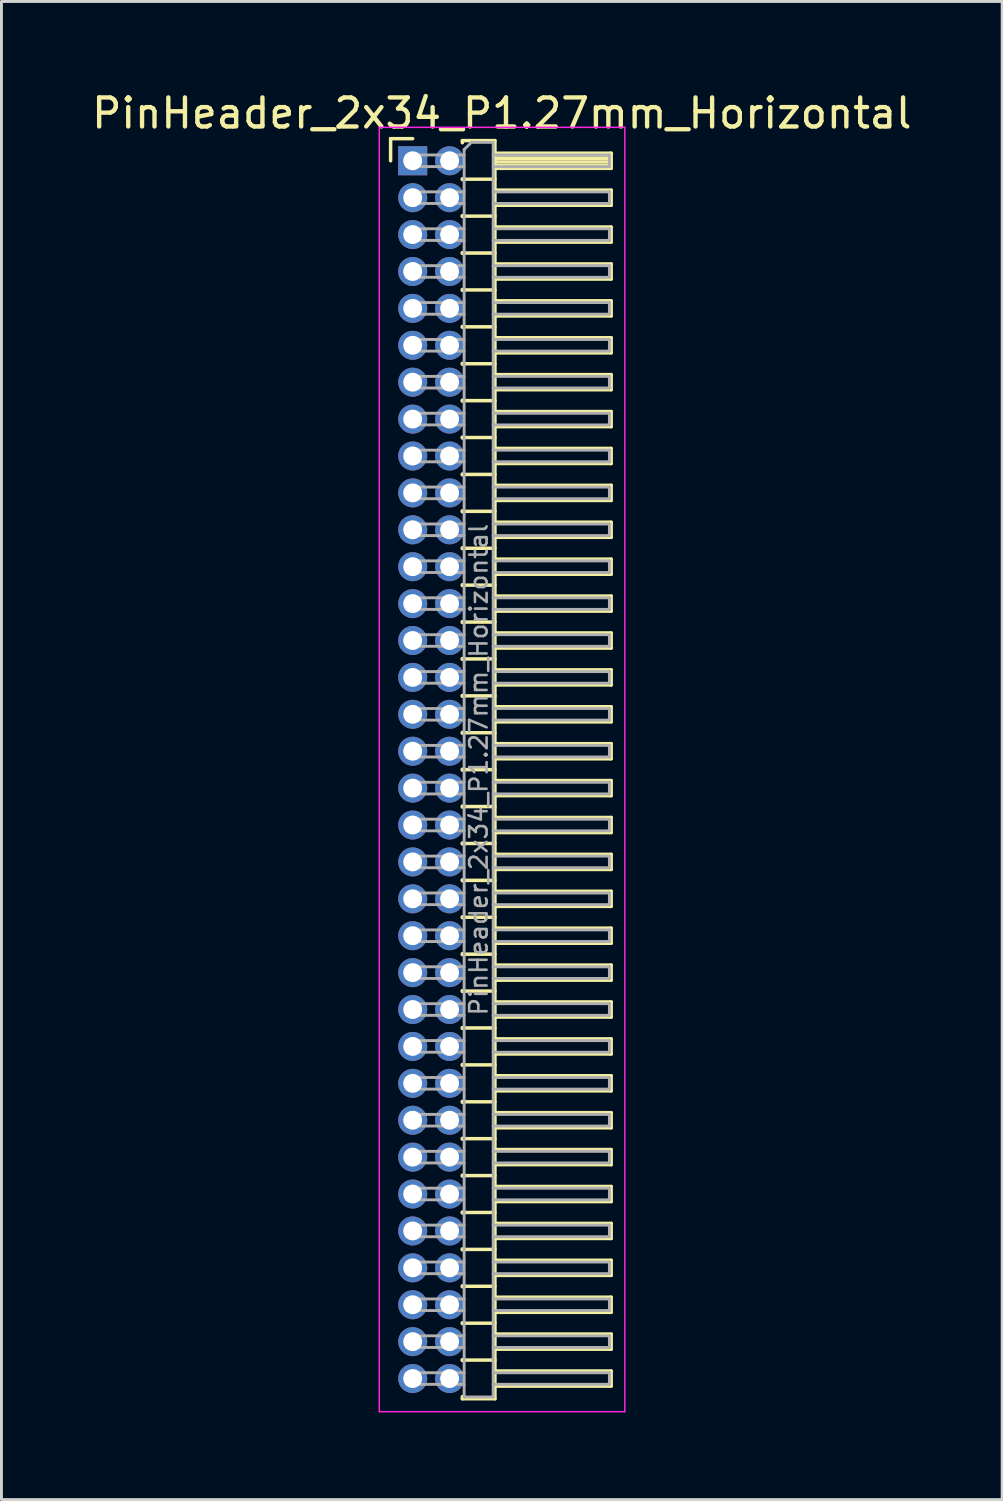
<source format=kicad_pcb>
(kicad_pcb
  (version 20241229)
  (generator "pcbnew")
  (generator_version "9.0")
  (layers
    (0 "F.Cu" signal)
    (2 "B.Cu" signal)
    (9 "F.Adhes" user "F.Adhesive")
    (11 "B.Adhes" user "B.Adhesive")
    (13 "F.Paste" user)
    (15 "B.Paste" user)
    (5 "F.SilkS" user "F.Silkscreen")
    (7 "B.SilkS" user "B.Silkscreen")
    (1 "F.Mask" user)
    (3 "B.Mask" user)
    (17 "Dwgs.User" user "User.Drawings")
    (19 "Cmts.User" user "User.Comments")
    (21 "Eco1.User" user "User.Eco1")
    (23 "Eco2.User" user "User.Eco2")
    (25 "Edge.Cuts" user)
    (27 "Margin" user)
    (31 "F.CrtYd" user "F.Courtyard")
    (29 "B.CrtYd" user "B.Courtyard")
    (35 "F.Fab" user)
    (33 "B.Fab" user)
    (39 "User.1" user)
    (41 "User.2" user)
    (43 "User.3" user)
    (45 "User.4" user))
  (footprint "PinHeader_2x34_P1.27mm_Horizontal"
    (layer "F.Cu")
    (at 11.153 2.483)
    (property "Reference" "PinHeader_2x34_P1.27mm_Horizontal" (at 3.067 -1.635 0) (layer "F.SilkS") (effects (font (size 1 1) (thickness 0.15))))
    (attr through_hole)
    (fp_line (start -0.76 -0.76) (end 0 -0.76) (stroke (width 0.12) (type solid)) (layer "F.SilkS"))
    (fp_line (start -0.76 0) (end -0.76 -0.76) (stroke (width 0.12) (type solid)) (layer "F.SilkS"))
    (fp_line (start 1.71 -0.695) (end 2.83 -0.695) (stroke (width 0.12) (type solid)) (layer "F.SilkS"))
    (fp_line (start 1.71 -0.62) (end 1.71 -0.695) (stroke (width 0.12) (type solid)) (layer "F.SilkS"))
    (fp_line (start 1.71 0.62) (end 1.71 0.65) (stroke (width 0.12) (type solid)) (layer "F.SilkS"))
    (fp_line (start 1.71 0.635) (end 2.83 0.635) (stroke (width 0.12) (type solid)) (layer "F.SilkS"))
    (fp_line (start 1.71 1.89) (end 1.71 1.92) (stroke (width 0.12) (type solid)) (layer "F.SilkS"))
    (fp_line (start 1.71 1.905) (end 2.83 1.905) (stroke (width 0.12) (type solid)) (layer "F.SilkS"))
    (fp_line (start 1.71 3.16) (end 1.71 3.19) (stroke (width 0.12) (type solid)) (layer "F.SilkS"))
    (fp_line (start 1.71 3.175) (end 2.83 3.175) (stroke (width 0.12) (type solid)) (layer "F.SilkS"))
    (fp_line (start 1.71 4.43) (end 1.71 4.46) (stroke (width 0.12) (type solid)) (layer "F.SilkS"))
    (fp_line (start 1.71 4.445) (end 2.83 4.445) (stroke (width 0.12) (type solid)) (layer "F.SilkS"))
    (fp_line (start 1.71 5.7) (end 1.71 5.73) (stroke (width 0.12) (type solid)) (layer "F.SilkS"))
    (fp_line (start 1.71 5.715) (end 2.83 5.715) (stroke (width 0.12) (type solid)) (layer "F.SilkS"))
    (fp_line (start 1.71 6.97) (end 1.71 7) (stroke (width 0.12) (type solid)) (layer "F.SilkS"))
    (fp_line (start 1.71 6.985) (end 2.83 6.985) (stroke (width 0.12) (type solid)) (layer "F.SilkS"))
    (fp_line (start 1.71 8.24) (end 1.71 8.27) (stroke (width 0.12) (type solid)) (layer "F.SilkS"))
    (fp_line (start 1.71 8.255) (end 2.83 8.255) (stroke (width 0.12) (type solid)) (layer "F.SilkS"))
    (fp_line (start 1.71 9.51) (end 1.71 9.54) (stroke (width 0.12) (type solid)) (layer "F.SilkS"))
    (fp_line (start 1.71 9.525) (end 2.83 9.525) (stroke (width 0.12) (type solid)) (layer "F.SilkS"))
    (fp_line (start 1.71 10.78) (end 1.71 10.81) (stroke (width 0.12) (type solid)) (layer "F.SilkS"))
    (fp_line (start 1.71 10.795) (end 2.83 10.795) (stroke (width 0.12) (type solid)) (layer "F.SilkS"))
    (fp_line (start 1.71 12.05) (end 1.71 12.08) (stroke (width 0.12) (type solid)) (layer "F.SilkS"))
    (fp_line (start 1.71 12.065) (end 2.83 12.065) (stroke (width 0.12) (type solid)) (layer "F.SilkS"))
    (fp_line (start 1.71 13.32) (end 1.71 13.35) (stroke (width 0.12) (type solid)) (layer "F.SilkS"))
    (fp_line (start 1.71 13.335) (end 2.83 13.335) (stroke (width 0.12) (type solid)) (layer "F.SilkS"))
    (fp_line (start 1.71 14.59) (end 1.71 14.62) (stroke (width 0.12) (type solid)) (layer "F.SilkS"))
    (fp_line (start 1.71 14.605) (end 2.83 14.605) (stroke (width 0.12) (type solid)) (layer "F.SilkS"))
    (fp_line (start 1.71 15.86) (end 1.71 15.89) (stroke (width 0.12) (type solid)) (layer "F.SilkS"))
    (fp_line (start 1.71 15.875) (end 2.83 15.875) (stroke (width 0.12) (type solid)) (layer "F.SilkS"))
    (fp_line (start 1.71 17.13) (end 1.71 17.16) (stroke (width 0.12) (type solid)) (layer "F.SilkS"))
    (fp_line (start 1.71 17.145) (end 2.83 17.145) (stroke (width 0.12) (type solid)) (layer "F.SilkS"))
    (fp_line (start 1.71 18.4) (end 1.71 18.43) (stroke (width 0.12) (type solid)) (layer "F.SilkS"))
    (fp_line (start 1.71 18.415) (end 2.83 18.415) (stroke (width 0.12) (type solid)) (layer "F.SilkS"))
    (fp_line (start 1.71 19.67) (end 1.71 19.7) (stroke (width 0.12) (type solid)) (layer "F.SilkS"))
    (fp_line (start 1.71 19.685) (end 2.83 19.685) (stroke (width 0.12) (type solid)) (layer "F.SilkS"))
    (fp_line (start 1.71 20.94) (end 1.71 20.97) (stroke (width 0.12) (type solid)) (layer "F.SilkS"))
    (fp_line (start 1.71 20.955) (end 2.83 20.955) (stroke (width 0.12) (type solid)) (layer "F.SilkS"))
    (fp_line (start 1.71 22.21) (end 1.71 22.24) (stroke (width 0.12) (type solid)) (layer "F.SilkS"))
    (fp_line (start 1.71 22.225) (end 2.83 22.225) (stroke (width 0.12) (type solid)) (layer "F.SilkS"))
    (fp_line (start 1.71 23.48) (end 1.71 23.51) (stroke (width 0.12) (type solid)) (layer "F.SilkS"))
    (fp_line (start 1.71 23.495) (end 2.83 23.495) (stroke (width 0.12) (type solid)) (layer "F.SilkS"))
    (fp_line (start 1.71 24.75) (end 1.71 24.78) (stroke (width 0.12) (type solid)) (layer "F.SilkS"))
    (fp_line (start 1.71 24.765) (end 2.83 24.765) (stroke (width 0.12) (type solid)) (layer "F.SilkS"))
    (fp_line (start 1.71 26.02) (end 1.71 26.05) (stroke (width 0.12) (type solid)) (layer "F.SilkS"))
    (fp_line (start 1.71 26.035) (end 2.83 26.035) (stroke (width 0.12) (type solid)) (layer "F.SilkS"))
    (fp_line (start 1.71 27.29) (end 1.71 27.32) (stroke (width 0.12) (type solid)) (layer "F.SilkS"))
    (fp_line (start 1.71 27.305) (end 2.83 27.305) (stroke (width 0.12) (type solid)) (layer "F.SilkS"))
    (fp_line (start 1.71 28.56) (end 1.71 28.59) (stroke (width 0.12) (type solid)) (layer "F.SilkS"))
    (fp_line (start 1.71 28.575) (end 2.83 28.575) (stroke (width 0.12) (type solid)) (layer "F.SilkS"))
    (fp_line (start 1.71 29.83) (end 1.71 29.86) (stroke (width 0.12) (type solid)) (layer "F.SilkS"))
    (fp_line (start 1.71 29.845) (end 2.83 29.845) (stroke (width 0.12) (type solid)) (layer "F.SilkS"))
    (fp_line (start 1.71 31.1) (end 1.71 31.13) (stroke (width 0.12) (type solid)) (layer "F.SilkS"))
    (fp_line (start 1.71 31.115) (end 2.83 31.115) (stroke (width 0.12) (type solid)) (layer "F.SilkS"))
    (fp_line (start 1.71 32.37) (end 1.71 32.4) (stroke (width 0.12) (type solid)) (layer "F.SilkS"))
    (fp_line (start 1.71 32.385) (end 2.83 32.385) (stroke (width 0.12) (type solid)) (layer "F.SilkS"))
    (fp_line (start 1.71 33.64) (end 1.71 33.67) (stroke (width 0.12) (type solid)) (layer "F.SilkS"))
    (fp_line (start 1.71 33.655) (end 2.83 33.655) (stroke (width 0.12) (type solid)) (layer "F.SilkS"))
    (fp_line (start 1.71 34.91) (end 1.71 34.94) (stroke (width 0.12) (type solid)) (layer "F.SilkS"))
    (fp_line (start 1.71 34.925) (end 2.83 34.925) (stroke (width 0.12) (type solid)) (layer "F.SilkS"))
    (fp_line (start 1.71 36.18) (end 1.71 36.21) (stroke (width 0.12) (type solid)) (layer "F.SilkS"))
    (fp_line (start 1.71 36.195) (end 2.83 36.195) (stroke (width 0.12) (type solid)) (layer "F.SilkS"))
    (fp_line (start 1.71 37.45) (end 1.71 37.48) (stroke (width 0.12) (type solid)) (layer "F.SilkS"))
    (fp_line (start 1.71 37.465) (end 2.83 37.465) (stroke (width 0.12) (type solid)) (layer "F.SilkS"))
    (fp_line (start 1.71 38.72) (end 1.71 38.75) (stroke (width 0.12) (type solid)) (layer "F.SilkS"))
    (fp_line (start 1.71 38.735) (end 2.83 38.735) (stroke (width 0.12) (type solid)) (layer "F.SilkS"))
    (fp_line (start 1.71 39.99) (end 1.71 40.02) (stroke (width 0.12) (type solid)) (layer "F.SilkS"))
    (fp_line (start 1.71 40.005) (end 2.83 40.005) (stroke (width 0.12) (type solid)) (layer "F.SilkS"))
    (fp_line (start 1.71 41.26) (end 1.71 41.29) (stroke (width 0.12) (type solid)) (layer "F.SilkS"))
    (fp_line (start 1.71 41.275) (end 2.83 41.275) (stroke (width 0.12) (type solid)) (layer "F.SilkS"))
    (fp_line (start 1.71 42.605) (end 1.71 42.53) (stroke (width 0.12) (type solid)) (layer "F.SilkS"))
    (fp_line (start 2.83 -0.695) (end 2.83 42.605) (stroke (width 0.12) (type solid)) (layer "F.SilkS"))
    (fp_line (start 2.83 -0.26) (end 6.83 -0.26) (stroke (width 0.12) (type solid)) (layer "F.SilkS"))
    (fp_line (start 2.83 -0.2) (end 6.83 -0.2) (stroke (width 0.12) (type solid)) (layer "F.SilkS"))
    (fp_line (start 2.83 -0.08) (end 6.83 -0.08) (stroke (width 0.12) (type solid)) (layer "F.SilkS"))
    (fp_line (start 2.83 0.04) (end 6.83 0.04) (stroke (width 0.12) (type solid)) (layer "F.SilkS"))
    (fp_line (start 2.83 0.16) (end 6.83 0.16) (stroke (width 0.12) (type solid)) (layer "F.SilkS"))
    (fp_line (start 2.83 1.01) (end 6.83 1.01) (stroke (width 0.12) (type solid)) (layer "F.SilkS"))
    (fp_line (start 2.83 2.28) (end 6.83 2.28) (stroke (width 0.12) (type solid)) (layer "F.SilkS"))
    (fp_line (start 2.83 3.55) (end 6.83 3.55) (stroke (width 0.12) (type solid)) (layer "F.SilkS"))
    (fp_line (start 2.83 4.82) (end 6.83 4.82) (stroke (width 0.12) (type solid)) (layer "F.SilkS"))
    (fp_line (start 2.83 6.09) (end 6.83 6.09) (stroke (width 0.12) (type solid)) (layer "F.SilkS"))
    (fp_line (start 2.83 7.36) (end 6.83 7.36) (stroke (width 0.12) (type solid)) (layer "F.SilkS"))
    (fp_line (start 2.83 8.63) (end 6.83 8.63) (stroke (width 0.12) (type solid)) (layer "F.SilkS"))
    (fp_line (start 2.83 9.9) (end 6.83 9.9) (stroke (width 0.12) (type solid)) (layer "F.SilkS"))
    (fp_line (start 2.83 11.17) (end 6.83 11.17) (stroke (width 0.12) (type solid)) (layer "F.SilkS"))
    (fp_line (start 2.83 12.44) (end 6.83 12.44) (stroke (width 0.12) (type solid)) (layer "F.SilkS"))
    (fp_line (start 2.83 13.71) (end 6.83 13.71) (stroke (width 0.12) (type solid)) (layer "F.SilkS"))
    (fp_line (start 2.83 14.98) (end 6.83 14.98) (stroke (width 0.12) (type solid)) (layer "F.SilkS"))
    (fp_line (start 2.83 16.25) (end 6.83 16.25) (stroke (width 0.12) (type solid)) (layer "F.SilkS"))
    (fp_line (start 2.83 17.52) (end 6.83 17.52) (stroke (width 0.12) (type solid)) (layer "F.SilkS"))
    (fp_line (start 2.83 18.79) (end 6.83 18.79) (stroke (width 0.12) (type solid)) (layer "F.SilkS"))
    (fp_line (start 2.83 20.06) (end 6.83 20.06) (stroke (width 0.12) (type solid)) (layer "F.SilkS"))
    (fp_line (start 2.83 21.33) (end 6.83 21.33) (stroke (width 0.12) (type solid)) (layer "F.SilkS"))
    (fp_line (start 2.83 22.6) (end 6.83 22.6) (stroke (width 0.12) (type solid)) (layer "F.SilkS"))
    (fp_line (start 2.83 23.87) (end 6.83 23.87) (stroke (width 0.12) (type solid)) (layer "F.SilkS"))
    (fp_line (start 2.83 25.14) (end 6.83 25.14) (stroke (width 0.12) (type solid)) (layer "F.SilkS"))
    (fp_line (start 2.83 26.41) (end 6.83 26.41) (stroke (width 0.12) (type solid)) (layer "F.SilkS"))
    (fp_line (start 2.83 27.68) (end 6.83 27.68) (stroke (width 0.12) (type solid)) (layer "F.SilkS"))
    (fp_line (start 2.83 28.95) (end 6.83 28.95) (stroke (width 0.12) (type solid)) (layer "F.SilkS"))
    (fp_line (start 2.83 30.22) (end 6.83 30.22) (stroke (width 0.12) (type solid)) (layer "F.SilkS"))
    (fp_line (start 2.83 31.49) (end 6.83 31.49) (stroke (width 0.12) (type solid)) (layer "F.SilkS"))
    (fp_line (start 2.83 32.76) (end 6.83 32.76) (stroke (width 0.12) (type solid)) (layer "F.SilkS"))
    (fp_line (start 2.83 34.03) (end 6.83 34.03) (stroke (width 0.12) (type solid)) (layer "F.SilkS"))
    (fp_line (start 2.83 35.3) (end 6.83 35.3) (stroke (width 0.12) (type solid)) (layer "F.SilkS"))
    (fp_line (start 2.83 36.57) (end 6.83 36.57) (stroke (width 0.12) (type solid)) (layer "F.SilkS"))
    (fp_line (start 2.83 37.84) (end 6.83 37.84) (stroke (width 0.12) (type solid)) (layer "F.SilkS"))
    (fp_line (start 2.83 39.11) (end 6.83 39.11) (stroke (width 0.12) (type solid)) (layer "F.SilkS"))
    (fp_line (start 2.83 40.38) (end 6.83 40.38) (stroke (width 0.12) (type solid)) (layer "F.SilkS"))
    (fp_line (start 2.83 41.65) (end 6.83 41.65) (stroke (width 0.12) (type solid)) (layer "F.SilkS"))
    (fp_line (start 2.83 42.605) (end 1.71 42.605) (stroke (width 0.12) (type solid)) (layer "F.SilkS"))
    (fp_line (start 6.83 -0.26) (end 6.83 0.26) (stroke (width 0.12) (type solid)) (layer "F.SilkS"))
    (fp_line (start 6.83 0.26) (end 2.83 0.26) (stroke (width 0.12) (type solid)) (layer "F.SilkS"))
    (fp_line (start 6.83 1.01) (end 6.83 1.53) (stroke (width 0.12) (type solid)) (layer "F.SilkS"))
    (fp_line (start 6.83 1.53) (end 2.83 1.53) (stroke (width 0.12) (type solid)) (layer "F.SilkS"))
    (fp_line (start 6.83 2.28) (end 6.83 2.8) (stroke (width 0.12) (type solid)) (layer "F.SilkS"))
    (fp_line (start 6.83 2.8) (end 2.83 2.8) (stroke (width 0.12) (type solid)) (layer "F.SilkS"))
    (fp_line (start 6.83 3.55) (end 6.83 4.07) (stroke (width 0.12) (type solid)) (layer "F.SilkS"))
    (fp_line (start 6.83 4.07) (end 2.83 4.07) (stroke (width 0.12) (type solid)) (layer "F.SilkS"))
    (fp_line (start 6.83 4.82) (end 6.83 5.34) (stroke (width 0.12) (type solid)) (layer "F.SilkS"))
    (fp_line (start 6.83 5.34) (end 2.83 5.34) (stroke (width 0.12) (type solid)) (layer "F.SilkS"))
    (fp_line (start 6.83 6.09) (end 6.83 6.61) (stroke (width 0.12) (type solid)) (layer "F.SilkS"))
    (fp_line (start 6.83 6.61) (end 2.83 6.61) (stroke (width 0.12) (type solid)) (layer "F.SilkS"))
    (fp_line (start 6.83 7.36) (end 6.83 7.88) (stroke (width 0.12) (type solid)) (layer "F.SilkS"))
    (fp_line (start 6.83 7.88) (end 2.83 7.88) (stroke (width 0.12) (type solid)) (layer "F.SilkS"))
    (fp_line (start 6.83 8.63) (end 6.83 9.15) (stroke (width 0.12) (type solid)) (layer "F.SilkS"))
    (fp_line (start 6.83 9.15) (end 2.83 9.15) (stroke (width 0.12) (type solid)) (layer "F.SilkS"))
    (fp_line (start 6.83 9.9) (end 6.83 10.42) (stroke (width 0.12) (type solid)) (layer "F.SilkS"))
    (fp_line (start 6.83 10.42) (end 2.83 10.42) (stroke (width 0.12) (type solid)) (layer "F.SilkS"))
    (fp_line (start 6.83 11.17) (end 6.83 11.69) (stroke (width 0.12) (type solid)) (layer "F.SilkS"))
    (fp_line (start 6.83 11.69) (end 2.83 11.69) (stroke (width 0.12) (type solid)) (layer "F.SilkS"))
    (fp_line (start 6.83 12.44) (end 6.83 12.96) (stroke (width 0.12) (type solid)) (layer "F.SilkS"))
    (fp_line (start 6.83 12.96) (end 2.83 12.96) (stroke (width 0.12) (type solid)) (layer "F.SilkS"))
    (fp_line (start 6.83 13.71) (end 6.83 14.23) (stroke (width 0.12) (type solid)) (layer "F.SilkS"))
    (fp_line (start 6.83 14.23) (end 2.83 14.23) (stroke (width 0.12) (type solid)) (layer "F.SilkS"))
    (fp_line (start 6.83 14.98) (end 6.83 15.5) (stroke (width 0.12) (type solid)) (layer "F.SilkS"))
    (fp_line (start 6.83 15.5) (end 2.83 15.5) (stroke (width 0.12) (type solid)) (layer "F.SilkS"))
    (fp_line (start 6.83 16.25) (end 6.83 16.77) (stroke (width 0.12) (type solid)) (layer "F.SilkS"))
    (fp_line (start 6.83 16.77) (end 2.83 16.77) (stroke (width 0.12) (type solid)) (layer "F.SilkS"))
    (fp_line (start 6.83 17.52) (end 6.83 18.04) (stroke (width 0.12) (type solid)) (layer "F.SilkS"))
    (fp_line (start 6.83 18.04) (end 2.83 18.04) (stroke (width 0.12) (type solid)) (layer "F.SilkS"))
    (fp_line (start 6.83 18.79) (end 6.83 19.31) (stroke (width 0.12) (type solid)) (layer "F.SilkS"))
    (fp_line (start 6.83 19.31) (end 2.83 19.31) (stroke (width 0.12) (type solid)) (layer "F.SilkS"))
    (fp_line (start 6.83 20.06) (end 6.83 20.58) (stroke (width 0.12) (type solid)) (layer "F.SilkS"))
    (fp_line (start 6.83 20.58) (end 2.83 20.58) (stroke (width 0.12) (type solid)) (layer "F.SilkS"))
    (fp_line (start 6.83 21.33) (end 6.83 21.85) (stroke (width 0.12) (type solid)) (layer "F.SilkS"))
    (fp_line (start 6.83 21.85) (end 2.83 21.85) (stroke (width 0.12) (type solid)) (layer "F.SilkS"))
    (fp_line (start 6.83 22.6) (end 6.83 23.12) (stroke (width 0.12) (type solid)) (layer "F.SilkS"))
    (fp_line (start 6.83 23.12) (end 2.83 23.12) (stroke (width 0.12) (type solid)) (layer "F.SilkS"))
    (fp_line (start 6.83 23.87) (end 6.83 24.39) (stroke (width 0.12) (type solid)) (layer "F.SilkS"))
    (fp_line (start 6.83 24.39) (end 2.83 24.39) (stroke (width 0.12) (type solid)) (layer "F.SilkS"))
    (fp_line (start 6.83 25.14) (end 6.83 25.66) (stroke (width 0.12) (type solid)) (layer "F.SilkS"))
    (fp_line (start 6.83 25.66) (end 2.83 25.66) (stroke (width 0.12) (type solid)) (layer "F.SilkS"))
    (fp_line (start 6.83 26.41) (end 6.83 26.93) (stroke (width 0.12) (type solid)) (layer "F.SilkS"))
    (fp_line (start 6.83 26.93) (end 2.83 26.93) (stroke (width 0.12) (type solid)) (layer "F.SilkS"))
    (fp_line (start 6.83 27.68) (end 6.83 28.2) (stroke (width 0.12) (type solid)) (layer "F.SilkS"))
    (fp_line (start 6.83 28.2) (end 2.83 28.2) (stroke (width 0.12) (type solid)) (layer "F.SilkS"))
    (fp_line (start 6.83 28.95) (end 6.83 29.47) (stroke (width 0.12) (type solid)) (layer "F.SilkS"))
    (fp_line (start 6.83 29.47) (end 2.83 29.47) (stroke (width 0.12) (type solid)) (layer "F.SilkS"))
    (fp_line (start 6.83 30.22) (end 6.83 30.74) (stroke (width 0.12) (type solid)) (layer "F.SilkS"))
    (fp_line (start 6.83 30.74) (end 2.83 30.74) (stroke (width 0.12) (type solid)) (layer "F.SilkS"))
    (fp_line (start 6.83 31.49) (end 6.83 32.01) (stroke (width 0.12) (type solid)) (layer "F.SilkS"))
    (fp_line (start 6.83 32.01) (end 2.83 32.01) (stroke (width 0.12) (type solid)) (layer "F.SilkS"))
    (fp_line (start 6.83 32.76) (end 6.83 33.28) (stroke (width 0.12) (type solid)) (layer "F.SilkS"))
    (fp_line (start 6.83 33.28) (end 2.83 33.28) (stroke (width 0.12) (type solid)) (layer "F.SilkS"))
    (fp_line (start 6.83 34.03) (end 6.83 34.55) (stroke (width 0.12) (type solid)) (layer "F.SilkS"))
    (fp_line (start 6.83 34.55) (end 2.83 34.55) (stroke (width 0.12) (type solid)) (layer "F.SilkS"))
    (fp_line (start 6.83 35.3) (end 6.83 35.82) (stroke (width 0.12) (type solid)) (layer "F.SilkS"))
    (fp_line (start 6.83 35.82) (end 2.83 35.82) (stroke (width 0.12) (type solid)) (layer "F.SilkS"))
    (fp_line (start 6.83 36.57) (end 6.83 37.09) (stroke (width 0.12) (type solid)) (layer "F.SilkS"))
    (fp_line (start 6.83 37.09) (end 2.83 37.09) (stroke (width 0.12) (type solid)) (layer "F.SilkS"))
    (fp_line (start 6.83 37.84) (end 6.83 38.36) (stroke (width 0.12) (type solid)) (layer "F.SilkS"))
    (fp_line (start 6.83 38.36) (end 2.83 38.36) (stroke (width 0.12) (type solid)) (layer "F.SilkS"))
    (fp_line (start 6.83 39.11) (end 6.83 39.63) (stroke (width 0.12) (type solid)) (layer "F.SilkS"))
    (fp_line (start 6.83 39.63) (end 2.83 39.63) (stroke (width 0.12) (type solid)) (layer "F.SilkS"))
    (fp_line (start 6.83 40.38) (end 6.83 40.9) (stroke (width 0.12) (type solid)) (layer "F.SilkS"))
    (fp_line (start 6.83 40.9) (end 2.83 40.9) (stroke (width 0.12) (type solid)) (layer "F.SilkS"))
    (fp_line (start 6.83 41.65) (end 6.83 42.17) (stroke (width 0.12) (type solid)) (layer "F.SilkS"))
    (fp_line (start 6.83 42.17) (end 2.83 42.17) (stroke (width 0.12) (type solid)) (layer "F.SilkS"))
    (fp_line (start -1.15 -1.15) (end -1.15 43.05) (stroke (width 0.05) (type solid)) (layer "F.CrtYd"))
    (fp_line (start -1.15 43.05) (end 7.3 43.05) (stroke (width 0.05) (type solid)) (layer "F.CrtYd"))
    (fp_line (start 7.3 -1.15) (end -1.15 -1.15) (stroke (width 0.05) (type solid)) (layer "F.CrtYd"))
    (fp_line (start 7.3 43.05) (end 7.3 -1.15) (stroke (width 0.05) (type solid)) (layer "F.CrtYd"))
    (fp_line (start -0.2 -0.2) (end -0.2 0.2) (stroke (width 0.1) (type solid)) (layer "F.Fab"))
    (fp_line (start -0.2 -0.2) (end 1.77 -0.2) (stroke (width 0.1) (type solid)) (layer "F.Fab"))
    (fp_line (start -0.2 0.2) (end 1.77 0.2) (stroke (width 0.1) (type solid)) (layer "F.Fab"))
    (fp_line (start -0.2 1.07) (end -0.2 1.47) (stroke (width 0.1) (type solid)) (layer "F.Fab"))
    (fp_line (start -0.2 1.07) (end 1.77 1.07) (stroke (width 0.1) (type solid)) (layer "F.Fab"))
    (fp_line (start -0.2 1.47) (end 1.77 1.47) (stroke (width 0.1) (type solid)) (layer "F.Fab"))
    (fp_line (start -0.2 2.34) (end -0.2 2.74) (stroke (width 0.1) (type solid)) (layer "F.Fab"))
    (fp_line (start -0.2 2.34) (end 1.77 2.34) (stroke (width 0.1) (type solid)) (layer "F.Fab"))
    (fp_line (start -0.2 2.74) (end 1.77 2.74) (stroke (width 0.1) (type solid)) (layer "F.Fab"))
    (fp_line (start -0.2 3.61) (end -0.2 4.01) (stroke (width 0.1) (type solid)) (layer "F.Fab"))
    (fp_line (start -0.2 3.61) (end 1.77 3.61) (stroke (width 0.1) (type solid)) (layer "F.Fab"))
    (fp_line (start -0.2 4.01) (end 1.77 4.01) (stroke (width 0.1) (type solid)) (layer "F.Fab"))
    (fp_line (start -0.2 4.88) (end -0.2 5.28) (stroke (width 0.1) (type solid)) (layer "F.Fab"))
    (fp_line (start -0.2 4.88) (end 1.77 4.88) (stroke (width 0.1) (type solid)) (layer "F.Fab"))
    (fp_line (start -0.2 5.28) (end 1.77 5.28) (stroke (width 0.1) (type solid)) (layer "F.Fab"))
    (fp_line (start -0.2 6.15) (end -0.2 6.55) (stroke (width 0.1) (type solid)) (layer "F.Fab"))
    (fp_line (start -0.2 6.15) (end 1.77 6.15) (stroke (width 0.1) (type solid)) (layer "F.Fab"))
    (fp_line (start -0.2 6.55) (end 1.77 6.55) (stroke (width 0.1) (type solid)) (layer "F.Fab"))
    (fp_line (start -0.2 7.42) (end -0.2 7.82) (stroke (width 0.1) (type solid)) (layer "F.Fab"))
    (fp_line (start -0.2 7.42) (end 1.77 7.42) (stroke (width 0.1) (type solid)) (layer "F.Fab"))
    (fp_line (start -0.2 7.82) (end 1.77 7.82) (stroke (width 0.1) (type solid)) (layer "F.Fab"))
    (fp_line (start -0.2 8.69) (end -0.2 9.09) (stroke (width 0.1) (type solid)) (layer "F.Fab"))
    (fp_line (start -0.2 8.69) (end 1.77 8.69) (stroke (width 0.1) (type solid)) (layer "F.Fab"))
    (fp_line (start -0.2 9.09) (end 1.77 9.09) (stroke (width 0.1) (type solid)) (layer "F.Fab"))
    (fp_line (start -0.2 9.96) (end -0.2 10.36) (stroke (width 0.1) (type solid)) (layer "F.Fab"))
    (fp_line (start -0.2 9.96) (end 1.77 9.96) (stroke (width 0.1) (type solid)) (layer "F.Fab"))
    (fp_line (start -0.2 10.36) (end 1.77 10.36) (stroke (width 0.1) (type solid)) (layer "F.Fab"))
    (fp_line (start -0.2 11.23) (end -0.2 11.63) (stroke (width 0.1) (type solid)) (layer "F.Fab"))
    (fp_line (start -0.2 11.23) (end 1.77 11.23) (stroke (width 0.1) (type solid)) (layer "F.Fab"))
    (fp_line (start -0.2 11.63) (end 1.77 11.63) (stroke (width 0.1) (type solid)) (layer "F.Fab"))
    (fp_line (start -0.2 12.5) (end -0.2 12.9) (stroke (width 0.1) (type solid)) (layer "F.Fab"))
    (fp_line (start -0.2 12.5) (end 1.77 12.5) (stroke (width 0.1) (type solid)) (layer "F.Fab"))
    (fp_line (start -0.2 12.9) (end 1.77 12.9) (stroke (width 0.1) (type solid)) (layer "F.Fab"))
    (fp_line (start -0.2 13.77) (end -0.2 14.17) (stroke (width 0.1) (type solid)) (layer "F.Fab"))
    (fp_line (start -0.2 13.77) (end 1.77 13.77) (stroke (width 0.1) (type solid)) (layer "F.Fab"))
    (fp_line (start -0.2 14.17) (end 1.77 14.17) (stroke (width 0.1) (type solid)) (layer "F.Fab"))
    (fp_line (start -0.2 15.04) (end -0.2 15.44) (stroke (width 0.1) (type solid)) (layer "F.Fab"))
    (fp_line (start -0.2 15.04) (end 1.77 15.04) (stroke (width 0.1) (type solid)) (layer "F.Fab"))
    (fp_line (start -0.2 15.44) (end 1.77 15.44) (stroke (width 0.1) (type solid)) (layer "F.Fab"))
    (fp_line (start -0.2 16.31) (end -0.2 16.71) (stroke (width 0.1) (type solid)) (layer "F.Fab"))
    (fp_line (start -0.2 16.31) (end 1.77 16.31) (stroke (width 0.1) (type solid)) (layer "F.Fab"))
    (fp_line (start -0.2 16.71) (end 1.77 16.71) (stroke (width 0.1) (type solid)) (layer "F.Fab"))
    (fp_line (start -0.2 17.58) (end -0.2 17.98) (stroke (width 0.1) (type solid)) (layer "F.Fab"))
    (fp_line (start -0.2 17.58) (end 1.77 17.58) (stroke (width 0.1) (type solid)) (layer "F.Fab"))
    (fp_line (start -0.2 17.98) (end 1.77 17.98) (stroke (width 0.1) (type solid)) (layer "F.Fab"))
    (fp_line (start -0.2 18.85) (end -0.2 19.25) (stroke (width 0.1) (type solid)) (layer "F.Fab"))
    (fp_line (start -0.2 18.85) (end 1.77 18.85) (stroke (width 0.1) (type solid)) (layer "F.Fab"))
    (fp_line (start -0.2 19.25) (end 1.77 19.25) (stroke (width 0.1) (type solid)) (layer "F.Fab"))
    (fp_line (start -0.2 20.12) (end -0.2 20.52) (stroke (width 0.1) (type solid)) (layer "F.Fab"))
    (fp_line (start -0.2 20.12) (end 1.77 20.12) (stroke (width 0.1) (type solid)) (layer "F.Fab"))
    (fp_line (start -0.2 20.52) (end 1.77 20.52) (stroke (width 0.1) (type solid)) (layer "F.Fab"))
    (fp_line (start -0.2 21.39) (end -0.2 21.79) (stroke (width 0.1) (type solid)) (layer "F.Fab"))
    (fp_line (start -0.2 21.39) (end 1.77 21.39) (stroke (width 0.1) (type solid)) (layer "F.Fab"))
    (fp_line (start -0.2 21.79) (end 1.77 21.79) (stroke (width 0.1) (type solid)) (layer "F.Fab"))
    (fp_line (start -0.2 22.66) (end -0.2 23.06) (stroke (width 0.1) (type solid)) (layer "F.Fab"))
    (fp_line (start -0.2 22.66) (end 1.77 22.66) (stroke (width 0.1) (type solid)) (layer "F.Fab"))
    (fp_line (start -0.2 23.06) (end 1.77 23.06) (stroke (width 0.1) (type solid)) (layer "F.Fab"))
    (fp_line (start -0.2 23.93) (end -0.2 24.33) (stroke (width 0.1) (type solid)) (layer "F.Fab"))
    (fp_line (start -0.2 23.93) (end 1.77 23.93) (stroke (width 0.1) (type solid)) (layer "F.Fab"))
    (fp_line (start -0.2 24.33) (end 1.77 24.33) (stroke (width 0.1) (type solid)) (layer "F.Fab"))
    (fp_line (start -0.2 25.2) (end -0.2 25.6) (stroke (width 0.1) (type solid)) (layer "F.Fab"))
    (fp_line (start -0.2 25.2) (end 1.77 25.2) (stroke (width 0.1) (type solid)) (layer "F.Fab"))
    (fp_line (start -0.2 25.6) (end 1.77 25.6) (stroke (width 0.1) (type solid)) (layer "F.Fab"))
    (fp_line (start -0.2 26.47) (end -0.2 26.87) (stroke (width 0.1) (type solid)) (layer "F.Fab"))
    (fp_line (start -0.2 26.47) (end 1.77 26.47) (stroke (width 0.1) (type solid)) (layer "F.Fab"))
    (fp_line (start -0.2 26.87) (end 1.77 26.87) (stroke (width 0.1) (type solid)) (layer "F.Fab"))
    (fp_line (start -0.2 27.74) (end -0.2 28.14) (stroke (width 0.1) (type solid)) (layer "F.Fab"))
    (fp_line (start -0.2 27.74) (end 1.77 27.74) (stroke (width 0.1) (type solid)) (layer "F.Fab"))
    (fp_line (start -0.2 28.14) (end 1.77 28.14) (stroke (width 0.1) (type solid)) (layer "F.Fab"))
    (fp_line (start -0.2 29.01) (end -0.2 29.41) (stroke (width 0.1) (type solid)) (layer "F.Fab"))
    (fp_line (start -0.2 29.01) (end 1.77 29.01) (stroke (width 0.1) (type solid)) (layer "F.Fab"))
    (fp_line (start -0.2 29.41) (end 1.77 29.41) (stroke (width 0.1) (type solid)) (layer "F.Fab"))
    (fp_line (start -0.2 30.28) (end -0.2 30.68) (stroke (width 0.1) (type solid)) (layer "F.Fab"))
    (fp_line (start -0.2 30.28) (end 1.77 30.28) (stroke (width 0.1) (type solid)) (layer "F.Fab"))
    (fp_line (start -0.2 30.68) (end 1.77 30.68) (stroke (width 0.1) (type solid)) (layer "F.Fab"))
    (fp_line (start -0.2 31.55) (end -0.2 31.95) (stroke (width 0.1) (type solid)) (layer "F.Fab"))
    (fp_line (start -0.2 31.55) (end 1.77 31.55) (stroke (width 0.1) (type solid)) (layer "F.Fab"))
    (fp_line (start -0.2 31.95) (end 1.77 31.95) (stroke (width 0.1) (type solid)) (layer "F.Fab"))
    (fp_line (start -0.2 32.82) (end -0.2 33.22) (stroke (width 0.1) (type solid)) (layer "F.Fab"))
    (fp_line (start -0.2 32.82) (end 1.77 32.82) (stroke (width 0.1) (type solid)) (layer "F.Fab"))
    (fp_line (start -0.2 33.22) (end 1.77 33.22) (stroke (width 0.1) (type solid)) (layer "F.Fab"))
    (fp_line (start -0.2 34.09) (end -0.2 34.49) (stroke (width 0.1) (type solid)) (layer "F.Fab"))
    (fp_line (start -0.2 34.09) (end 1.77 34.09) (stroke (width 0.1) (type solid)) (layer "F.Fab"))
    (fp_line (start -0.2 34.49) (end 1.77 34.49) (stroke (width 0.1) (type solid)) (layer "F.Fab"))
    (fp_line (start -0.2 35.36) (end -0.2 35.76) (stroke (width 0.1) (type solid)) (layer "F.Fab"))
    (fp_line (start -0.2 35.36) (end 1.77 35.36) (stroke (width 0.1) (type solid)) (layer "F.Fab"))
    (fp_line (start -0.2 35.76) (end 1.77 35.76) (stroke (width 0.1) (type solid)) (layer "F.Fab"))
    (fp_line (start -0.2 36.63) (end -0.2 37.03) (stroke (width 0.1) (type solid)) (layer "F.Fab"))
    (fp_line (start -0.2 36.63) (end 1.77 36.63) (stroke (width 0.1) (type solid)) (layer "F.Fab"))
    (fp_line (start -0.2 37.03) (end 1.77 37.03) (stroke (width 0.1) (type solid)) (layer "F.Fab"))
    (fp_line (start -0.2 37.9) (end -0.2 38.3) (stroke (width 0.1) (type solid)) (layer "F.Fab"))
    (fp_line (start -0.2 37.9) (end 1.77 37.9) (stroke (width 0.1) (type solid)) (layer "F.Fab"))
    (fp_line (start -0.2 38.3) (end 1.77 38.3) (stroke (width 0.1) (type solid)) (layer "F.Fab"))
    (fp_line (start -0.2 39.17) (end -0.2 39.57) (stroke (width 0.1) (type solid)) (layer "F.Fab"))
    (fp_line (start -0.2 39.17) (end 1.77 39.17) (stroke (width 0.1) (type solid)) (layer "F.Fab"))
    (fp_line (start -0.2 39.57) (end 1.77 39.57) (stroke (width 0.1) (type solid)) (layer "F.Fab"))
    (fp_line (start -0.2 40.44) (end -0.2 40.84) (stroke (width 0.1) (type solid)) (layer "F.Fab"))
    (fp_line (start -0.2 40.44) (end 1.77 40.44) (stroke (width 0.1) (type solid)) (layer "F.Fab"))
    (fp_line (start -0.2 40.84) (end 1.77 40.84) (stroke (width 0.1) (type solid)) (layer "F.Fab"))
    (fp_line (start -0.2 41.71) (end -0.2 42.11) (stroke (width 0.1) (type solid)) (layer "F.Fab"))
    (fp_line (start -0.2 41.71) (end 1.77 41.71) (stroke (width 0.1) (type solid)) (layer "F.Fab"))
    (fp_line (start -0.2 42.11) (end 1.77 42.11) (stroke (width 0.1) (type solid)) (layer "F.Fab"))
    (fp_line (start 1.77 -0.385) (end 2.02 -0.635) (stroke (width 0.1) (type solid)) (layer "F.Fab"))
    (fp_line (start 1.77 42.545) (end 1.77 -0.385) (stroke (width 0.1) (type solid)) (layer "F.Fab"))
    (fp_line (start 2.02 -0.635) (end 2.77 -0.635) (stroke (width 0.1) (type solid)) (layer "F.Fab"))
    (fp_line (start 2.77 -0.635) (end 2.77 42.545) (stroke (width 0.1) (type solid)) (layer "F.Fab"))
    (fp_line (start 2.77 -0.2) (end 6.77 -0.2) (stroke (width 0.1) (type solid)) (layer "F.Fab"))
    (fp_line (start 2.77 0.2) (end 6.77 0.2) (stroke (width 0.1) (type solid)) (layer "F.Fab"))
    (fp_line (start 2.77 1.07) (end 6.77 1.07) (stroke (width 0.1) (type solid)) (layer "F.Fab"))
    (fp_line (start 2.77 1.47) (end 6.77 1.47) (stroke (width 0.1) (type solid)) (layer "F.Fab"))
    (fp_line (start 2.77 2.34) (end 6.77 2.34) (stroke (width 0.1) (type solid)) (layer "F.Fab"))
    (fp_line (start 2.77 2.74) (end 6.77 2.74) (stroke (width 0.1) (type solid)) (layer "F.Fab"))
    (fp_line (start 2.77 3.61) (end 6.77 3.61) (stroke (width 0.1) (type solid)) (layer "F.Fab"))
    (fp_line (start 2.77 4.01) (end 6.77 4.01) (stroke (width 0.1) (type solid)) (layer "F.Fab"))
    (fp_line (start 2.77 4.88) (end 6.77 4.88) (stroke (width 0.1) (type solid)) (layer "F.Fab"))
    (fp_line (start 2.77 5.28) (end 6.77 5.28) (stroke (width 0.1) (type solid)) (layer "F.Fab"))
    (fp_line (start 2.77 6.15) (end 6.77 6.15) (stroke (width 0.1) (type solid)) (layer "F.Fab"))
    (fp_line (start 2.77 6.55) (end 6.77 6.55) (stroke (width 0.1) (type solid)) (layer "F.Fab"))
    (fp_line (start 2.77 7.42) (end 6.77 7.42) (stroke (width 0.1) (type solid)) (layer "F.Fab"))
    (fp_line (start 2.77 7.82) (end 6.77 7.82) (stroke (width 0.1) (type solid)) (layer "F.Fab"))
    (fp_line (start 2.77 8.69) (end 6.77 8.69) (stroke (width 0.1) (type solid)) (layer "F.Fab"))
    (fp_line (start 2.77 9.09) (end 6.77 9.09) (stroke (width 0.1) (type solid)) (layer "F.Fab"))
    (fp_line (start 2.77 9.96) (end 6.77 9.96) (stroke (width 0.1) (type solid)) (layer "F.Fab"))
    (fp_line (start 2.77 10.36) (end 6.77 10.36) (stroke (width 0.1) (type solid)) (layer "F.Fab"))
    (fp_line (start 2.77 11.23) (end 6.77 11.23) (stroke (width 0.1) (type solid)) (layer "F.Fab"))
    (fp_line (start 2.77 11.63) (end 6.77 11.63) (stroke (width 0.1) (type solid)) (layer "F.Fab"))
    (fp_line (start 2.77 12.5) (end 6.77 12.5) (stroke (width 0.1) (type solid)) (layer "F.Fab"))
    (fp_line (start 2.77 12.9) (end 6.77 12.9) (stroke (width 0.1) (type solid)) (layer "F.Fab"))
    (fp_line (start 2.77 13.77) (end 6.77 13.77) (stroke (width 0.1) (type solid)) (layer "F.Fab"))
    (fp_line (start 2.77 14.17) (end 6.77 14.17) (stroke (width 0.1) (type solid)) (layer "F.Fab"))
    (fp_line (start 2.77 15.04) (end 6.77 15.04) (stroke (width 0.1) (type solid)) (layer "F.Fab"))
    (fp_line (start 2.77 15.44) (end 6.77 15.44) (stroke (width 0.1) (type solid)) (layer "F.Fab"))
    (fp_line (start 2.77 16.31) (end 6.77 16.31) (stroke (width 0.1) (type solid)) (layer "F.Fab"))
    (fp_line (start 2.77 16.71) (end 6.77 16.71) (stroke (width 0.1) (type solid)) (layer "F.Fab"))
    (fp_line (start 2.77 17.58) (end 6.77 17.58) (stroke (width 0.1) (type solid)) (layer "F.Fab"))
    (fp_line (start 2.77 17.98) (end 6.77 17.98) (stroke (width 0.1) (type solid)) (layer "F.Fab"))
    (fp_line (start 2.77 18.85) (end 6.77 18.85) (stroke (width 0.1) (type solid)) (layer "F.Fab"))
    (fp_line (start 2.77 19.25) (end 6.77 19.25) (stroke (width 0.1) (type solid)) (layer "F.Fab"))
    (fp_line (start 2.77 20.12) (end 6.77 20.12) (stroke (width 0.1) (type solid)) (layer "F.Fab"))
    (fp_line (start 2.77 20.52) (end 6.77 20.52) (stroke (width 0.1) (type solid)) (layer "F.Fab"))
    (fp_line (start 2.77 21.39) (end 6.77 21.39) (stroke (width 0.1) (type solid)) (layer "F.Fab"))
    (fp_line (start 2.77 21.79) (end 6.77 21.79) (stroke (width 0.1) (type solid)) (layer "F.Fab"))
    (fp_line (start 2.77 22.66) (end 6.77 22.66) (stroke (width 0.1) (type solid)) (layer "F.Fab"))
    (fp_line (start 2.77 23.06) (end 6.77 23.06) (stroke (width 0.1) (type solid)) (layer "F.Fab"))
    (fp_line (start 2.77 23.93) (end 6.77 23.93) (stroke (width 0.1) (type solid)) (layer "F.Fab"))
    (fp_line (start 2.77 24.33) (end 6.77 24.33) (stroke (width 0.1) (type solid)) (layer "F.Fab"))
    (fp_line (start 2.77 25.2) (end 6.77 25.2) (stroke (width 0.1) (type solid)) (layer "F.Fab"))
    (fp_line (start 2.77 25.6) (end 6.77 25.6) (stroke (width 0.1) (type solid)) (layer "F.Fab"))
    (fp_line (start 2.77 26.47) (end 6.77 26.47) (stroke (width 0.1) (type solid)) (layer "F.Fab"))
    (fp_line (start 2.77 26.87) (end 6.77 26.87) (stroke (width 0.1) (type solid)) (layer "F.Fab"))
    (fp_line (start 2.77 27.74) (end 6.77 27.74) (stroke (width 0.1) (type solid)) (layer "F.Fab"))
    (fp_line (start 2.77 28.14) (end 6.77 28.14) (stroke (width 0.1) (type solid)) (layer "F.Fab"))
    (fp_line (start 2.77 29.01) (end 6.77 29.01) (stroke (width 0.1) (type solid)) (layer "F.Fab"))
    (fp_line (start 2.77 29.41) (end 6.77 29.41) (stroke (width 0.1) (type solid)) (layer "F.Fab"))
    (fp_line (start 2.77 30.28) (end 6.77 30.28) (stroke (width 0.1) (type solid)) (layer "F.Fab"))
    (fp_line (start 2.77 30.68) (end 6.77 30.68) (stroke (width 0.1) (type solid)) (layer "F.Fab"))
    (fp_line (start 2.77 31.55) (end 6.77 31.55) (stroke (width 0.1) (type solid)) (layer "F.Fab"))
    (fp_line (start 2.77 31.95) (end 6.77 31.95) (stroke (width 0.1) (type solid)) (layer "F.Fab"))
    (fp_line (start 2.77 32.82) (end 6.77 32.82) (stroke (width 0.1) (type solid)) (layer "F.Fab"))
    (fp_line (start 2.77 33.22) (end 6.77 33.22) (stroke (width 0.1) (type solid)) (layer "F.Fab"))
    (fp_line (start 2.77 34.09) (end 6.77 34.09) (stroke (width 0.1) (type solid)) (layer "F.Fab"))
    (fp_line (start 2.77 34.49) (end 6.77 34.49) (stroke (width 0.1) (type solid)) (layer "F.Fab"))
    (fp_line (start 2.77 35.36) (end 6.77 35.36) (stroke (width 0.1) (type solid)) (layer "F.Fab"))
    (fp_line (start 2.77 35.76) (end 6.77 35.76) (stroke (width 0.1) (type solid)) (layer "F.Fab"))
    (fp_line (start 2.77 36.63) (end 6.77 36.63) (stroke (width 0.1) (type solid)) (layer "F.Fab"))
    (fp_line (start 2.77 37.03) (end 6.77 37.03) (stroke (width 0.1) (type solid)) (layer "F.Fab"))
    (fp_line (start 2.77 37.9) (end 6.77 37.9) (stroke (width 0.1) (type solid)) (layer "F.Fab"))
    (fp_line (start 2.77 38.3) (end 6.77 38.3) (stroke (width 0.1) (type solid)) (layer "F.Fab"))
    (fp_line (start 2.77 39.17) (end 6.77 39.17) (stroke (width 0.1) (type solid)) (layer "F.Fab"))
    (fp_line (start 2.77 39.57) (end 6.77 39.57) (stroke (width 0.1) (type solid)) (layer "F.Fab"))
    (fp_line (start 2.77 40.44) (end 6.77 40.44) (stroke (width 0.1) (type solid)) (layer "F.Fab"))
    (fp_line (start 2.77 40.84) (end 6.77 40.84) (stroke (width 0.1) (type solid)) (layer "F.Fab"))
    (fp_line (start 2.77 41.71) (end 6.77 41.71) (stroke (width 0.1) (type solid)) (layer "F.Fab"))
    (fp_line (start 2.77 42.11) (end 6.77 42.11) (stroke (width 0.1) (type solid)) (layer "F.Fab"))
    (fp_line (start 2.77 42.545) (end 1.77 42.545) (stroke (width 0.1) (type solid)) (layer "F.Fab"))
    (fp_line (start 6.77 -0.2) (end 6.77 0.2) (stroke (width 0.1) (type solid)) (layer "F.Fab"))
    (fp_line (start 6.77 1.07) (end 6.77 1.47) (stroke (width 0.1) (type solid)) (layer "F.Fab"))
    (fp_line (start 6.77 2.34) (end 6.77 2.74) (stroke (width 0.1) (type solid)) (layer "F.Fab"))
    (fp_line (start 6.77 3.61) (end 6.77 4.01) (stroke (width 0.1) (type solid)) (layer "F.Fab"))
    (fp_line (start 6.77 4.88) (end 6.77 5.28) (stroke (width 0.1) (type solid)) (layer "F.Fab"))
    (fp_line (start 6.77 6.15) (end 6.77 6.55) (stroke (width 0.1) (type solid)) (layer "F.Fab"))
    (fp_line (start 6.77 7.42) (end 6.77 7.82) (stroke (width 0.1) (type solid)) (layer "F.Fab"))
    (fp_line (start 6.77 8.69) (end 6.77 9.09) (stroke (width 0.1) (type solid)) (layer "F.Fab"))
    (fp_line (start 6.77 9.96) (end 6.77 10.36) (stroke (width 0.1) (type solid)) (layer "F.Fab"))
    (fp_line (start 6.77 11.23) (end 6.77 11.63) (stroke (width 0.1) (type solid)) (layer "F.Fab"))
    (fp_line (start 6.77 12.5) (end 6.77 12.9) (stroke (width 0.1) (type solid)) (layer "F.Fab"))
    (fp_line (start 6.77 13.77) (end 6.77 14.17) (stroke (width 0.1) (type solid)) (layer "F.Fab"))
    (fp_line (start 6.77 15.04) (end 6.77 15.44) (stroke (width 0.1) (type solid)) (layer "F.Fab"))
    (fp_line (start 6.77 16.31) (end 6.77 16.71) (stroke (width 0.1) (type solid)) (layer "F.Fab"))
    (fp_line (start 6.77 17.58) (end 6.77 17.98) (stroke (width 0.1) (type solid)) (layer "F.Fab"))
    (fp_line (start 6.77 18.85) (end 6.77 19.25) (stroke (width 0.1) (type solid)) (layer "F.Fab"))
    (fp_line (start 6.77 20.12) (end 6.77 20.52) (stroke (width 0.1) (type solid)) (layer "F.Fab"))
    (fp_line (start 6.77 21.39) (end 6.77 21.79) (stroke (width 0.1) (type solid)) (layer "F.Fab"))
    (fp_line (start 6.77 22.66) (end 6.77 23.06) (stroke (width 0.1) (type solid)) (layer "F.Fab"))
    (fp_line (start 6.77 23.93) (end 6.77 24.33) (stroke (width 0.1) (type solid)) (layer "F.Fab"))
    (fp_line (start 6.77 25.2) (end 6.77 25.6) (stroke (width 0.1) (type solid)) (layer "F.Fab"))
    (fp_line (start 6.77 26.47) (end 6.77 26.87) (stroke (width 0.1) (type solid)) (layer "F.Fab"))
    (fp_line (start 6.77 27.74) (end 6.77 28.14) (stroke (width 0.1) (type solid)) (layer "F.Fab"))
    (fp_line (start 6.77 29.01) (end 6.77 29.41) (stroke (width 0.1) (type solid)) (layer "F.Fab"))
    (fp_line (start 6.77 30.28) (end 6.77 30.68) (stroke (width 0.1) (type solid)) (layer "F.Fab"))
    (fp_line (start 6.77 31.55) (end 6.77 31.95) (stroke (width 0.1) (type solid)) (layer "F.Fab"))
    (fp_line (start 6.77 32.82) (end 6.77 33.22) (stroke (width 0.1) (type solid)) (layer "F.Fab"))
    (fp_line (start 6.77 34.09) (end 6.77 34.49) (stroke (width 0.1) (type solid)) (layer "F.Fab"))
    (fp_line (start 6.77 35.36) (end 6.77 35.76) (stroke (width 0.1) (type solid)) (layer "F.Fab"))
    (fp_line (start 6.77 36.63) (end 6.77 37.03) (stroke (width 0.1) (type solid)) (layer "F.Fab"))
    (fp_line (start 6.77 37.9) (end 6.77 38.3) (stroke (width 0.1) (type solid)) (layer "F.Fab"))
    (fp_line (start 6.77 39.17) (end 6.77 39.57) (stroke (width 0.1) (type solid)) (layer "F.Fab"))
    (fp_line (start 6.77 40.44) (end 6.77 40.84) (stroke (width 0.1) (type solid)) (layer "F.Fab"))
    (fp_line (start 6.77 41.71) (end 6.77 42.11) (stroke (width 0.1) (type solid)) (layer "F.Fab"))
    (fp_text user "${REFERENCE}" (at 2.27 20.955 90) (layer "F.Fab") (effects (font (size 0.6 0.6) (thickness 0.09))))
    (pad "1" thru_hole rect (at 0 0) (size 1 1) (drill 0.65) (layers "*.Cu" "*.Mask"))
    (pad "2" thru_hole oval (at 1.27 0) (size 1 1) (drill 0.65) (layers "*.Cu" "*.Mask"))
    (pad "3" thru_hole oval (at 0 1.27) (size 1 1) (drill 0.65) (layers "*.Cu" "*.Mask"))
    (pad "4" thru_hole oval (at 1.27 1.27) (size 1 1) (drill 0.65) (layers "*.Cu" "*.Mask"))
    (pad "5" thru_hole oval (at 0 2.54) (size 1 1) (drill 0.65) (layers "*.Cu" "*.Mask"))
    (pad "6" thru_hole oval (at 1.27 2.54) (size 1 1) (drill 0.65) (layers "*.Cu" "*.Mask"))
    (pad "7" thru_hole oval (at 0 3.81) (size 1 1) (drill 0.65) (layers "*.Cu" "*.Mask"))
    (pad "8" thru_hole oval (at 1.27 3.81) (size 1 1) (drill 0.65) (layers "*.Cu" "*.Mask"))
    (pad "9" thru_hole oval (at 0 5.08) (size 1 1) (drill 0.65) (layers "*.Cu" "*.Mask"))
    (pad "10" thru_hole oval (at 1.27 5.08) (size 1 1) (drill 0.65) (layers "*.Cu" "*.Mask"))
    (pad "11" thru_hole oval (at 0 6.35) (size 1 1) (drill 0.65) (layers "*.Cu" "*.Mask"))
    (pad "12" thru_hole oval (at 1.27 6.35) (size 1 1) (drill 0.65) (layers "*.Cu" "*.Mask"))
    (pad "13" thru_hole oval (at 0 7.62) (size 1 1) (drill 0.65) (layers "*.Cu" "*.Mask"))
    (pad "14" thru_hole oval (at 1.27 7.62) (size 1 1) (drill 0.65) (layers "*.Cu" "*.Mask"))
    (pad "15" thru_hole oval (at 0 8.89) (size 1 1) (drill 0.65) (layers "*.Cu" "*.Mask"))
    (pad "16" thru_hole oval (at 1.27 8.89) (size 1 1) (drill 0.65) (layers "*.Cu" "*.Mask"))
    (pad "17" thru_hole oval (at 0 10.16) (size 1 1) (drill 0.65) (layers "*.Cu" "*.Mask"))
    (pad "18" thru_hole oval (at 1.27 10.16) (size 1 1) (drill 0.65) (layers "*.Cu" "*.Mask"))
    (pad "19" thru_hole oval (at 0 11.43) (size 1 1) (drill 0.65) (layers "*.Cu" "*.Mask"))
    (pad "20" thru_hole oval (at 1.27 11.43) (size 1 1) (drill 0.65) (layers "*.Cu" "*.Mask"))
    (pad "21" thru_hole oval (at 0 12.7) (size 1 1) (drill 0.65) (layers "*.Cu" "*.Mask"))
    (pad "22" thru_hole oval (at 1.27 12.7) (size 1 1) (drill 0.65) (layers "*.Cu" "*.Mask"))
    (pad "23" thru_hole oval (at 0 13.97) (size 1 1) (drill 0.65) (layers "*.Cu" "*.Mask"))
    (pad "24" thru_hole oval (at 1.27 13.97) (size 1 1) (drill 0.65) (layers "*.Cu" "*.Mask"))
    (pad "25" thru_hole oval (at 0 15.24) (size 1 1) (drill 0.65) (layers "*.Cu" "*.Mask"))
    (pad "26" thru_hole oval (at 1.27 15.24) (size 1 1) (drill 0.65) (layers "*.Cu" "*.Mask"))
    (pad "27" thru_hole oval (at 0 16.51) (size 1 1) (drill 0.65) (layers "*.Cu" "*.Mask"))
    (pad "28" thru_hole oval (at 1.27 16.51) (size 1 1) (drill 0.65) (layers "*.Cu" "*.Mask"))
    (pad "29" thru_hole oval (at 0 17.78) (size 1 1) (drill 0.65) (layers "*.Cu" "*.Mask"))
    (pad "30" thru_hole oval (at 1.27 17.78) (size 1 1) (drill 0.65) (layers "*.Cu" "*.Mask"))
    (pad "31" thru_hole oval (at 0 19.05) (size 1 1) (drill 0.65) (layers "*.Cu" "*.Mask"))
    (pad "32" thru_hole oval (at 1.27 19.05) (size 1 1) (drill 0.65) (layers "*.Cu" "*.Mask"))
    (pad "33" thru_hole oval (at 0 20.32) (size 1 1) (drill 0.65) (layers "*.Cu" "*.Mask"))
    (pad "34" thru_hole oval (at 1.27 20.32) (size 1 1) (drill 0.65) (layers "*.Cu" "*.Mask"))
    (pad "35" thru_hole oval (at 0 21.59) (size 1 1) (drill 0.65) (layers "*.Cu" "*.Mask"))
    (pad "36" thru_hole oval (at 1.27 21.59) (size 1 1) (drill 0.65) (layers "*.Cu" "*.Mask"))
    (pad "37" thru_hole oval (at 0 22.86) (size 1 1) (drill 0.65) (layers "*.Cu" "*.Mask"))
    (pad "38" thru_hole oval (at 1.27 22.86) (size 1 1) (drill 0.65) (layers "*.Cu" "*.Mask"))
    (pad "39" thru_hole oval (at 0 24.13) (size 1 1) (drill 0.65) (layers "*.Cu" "*.Mask"))
    (pad "40" thru_hole oval (at 1.27 24.13) (size 1 1) (drill 0.65) (layers "*.Cu" "*.Mask"))
    (pad "41" thru_hole oval (at 0 25.4) (size 1 1) (drill 0.65) (layers "*.Cu" "*.Mask"))
    (pad "42" thru_hole oval (at 1.27 25.4) (size 1 1) (drill 0.65) (layers "*.Cu" "*.Mask"))
    (pad "43" thru_hole oval (at 0 26.67) (size 1 1) (drill 0.65) (layers "*.Cu" "*.Mask"))
    (pad "44" thru_hole oval (at 1.27 26.67) (size 1 1) (drill 0.65) (layers "*.Cu" "*.Mask"))
    (pad "45" thru_hole oval (at 0 27.94) (size 1 1) (drill 0.65) (layers "*.Cu" "*.Mask"))
    (pad "46" thru_hole oval (at 1.27 27.94) (size 1 1) (drill 0.65) (layers "*.Cu" "*.Mask"))
    (pad "47" thru_hole oval (at 0 29.21) (size 1 1) (drill 0.65) (layers "*.Cu" "*.Mask"))
    (pad "48" thru_hole oval (at 1.27 29.21) (size 1 1) (drill 0.65) (layers "*.Cu" "*.Mask"))
    (pad "49" thru_hole oval (at 0 30.48) (size 1 1) (drill 0.65) (layers "*.Cu" "*.Mask"))
    (pad "50" thru_hole oval (at 1.27 30.48) (size 1 1) (drill 0.65) (layers "*.Cu" "*.Mask"))
    (pad "51" thru_hole oval (at 0 31.75) (size 1 1) (drill 0.65) (layers "*.Cu" "*.Mask"))
    (pad "52" thru_hole oval (at 1.27 31.75) (size 1 1) (drill 0.65) (layers "*.Cu" "*.Mask"))
    (pad "53" thru_hole oval (at 0 33.02) (size 1 1) (drill 0.65) (layers "*.Cu" "*.Mask"))
    (pad "54" thru_hole oval (at 1.27 33.02) (size 1 1) (drill 0.65) (layers "*.Cu" "*.Mask"))
    (pad "55" thru_hole oval (at 0 34.29) (size 1 1) (drill 0.65) (layers "*.Cu" "*.Mask"))
    (pad "56" thru_hole oval (at 1.27 34.29) (size 1 1) (drill 0.65) (layers "*.Cu" "*.Mask"))
    (pad "57" thru_hole oval (at 0 35.56) (size 1 1) (drill 0.65) (layers "*.Cu" "*.Mask"))
    (pad "58" thru_hole oval (at 1.27 35.56) (size 1 1) (drill 0.65) (layers "*.Cu" "*.Mask"))
    (pad "59" thru_hole oval (at 0 36.83) (size 1 1) (drill 0.65) (layers "*.Cu" "*.Mask"))
    (pad "60" thru_hole oval (at 1.27 36.83) (size 1 1) (drill 0.65) (layers "*.Cu" "*.Mask"))
    (pad "61" thru_hole oval (at 0 38.1) (size 1 1) (drill 0.65) (layers "*.Cu" "*.Mask"))
    (pad "62" thru_hole oval (at 1.27 38.1) (size 1 1) (drill 0.65) (layers "*.Cu" "*.Mask"))
    (pad "63" thru_hole oval (at 0 39.37) (size 1 1) (drill 0.65) (layers "*.Cu" "*.Mask"))
    (pad "64" thru_hole oval (at 1.27 39.37) (size 1 1) (drill 0.65) (layers "*.Cu" "*.Mask"))
    (pad "65" thru_hole oval (at 0 40.64) (size 1 1) (drill 0.65) (layers "*.Cu" "*.Mask"))
    (pad "66" thru_hole oval (at 1.27 40.64) (size 1 1) (drill 0.65) (layers "*.Cu" "*.Mask"))
    (pad "67" thru_hole oval (at 0 41.91) (size 1 1) (drill 0.65) (layers "*.Cu" "*.Mask"))
    (pad "68" thru_hole oval (at 1.27 41.91) (size 1 1) (drill 0.65) (layers "*.Cu" "*.Mask")))
  (gr_rect
    (start -3 -3)
    (end 31.44 48.558)
    (stroke (width 0.1) (type default))
    (fill no)
    (layer "Edge.Cuts")))
</source>
